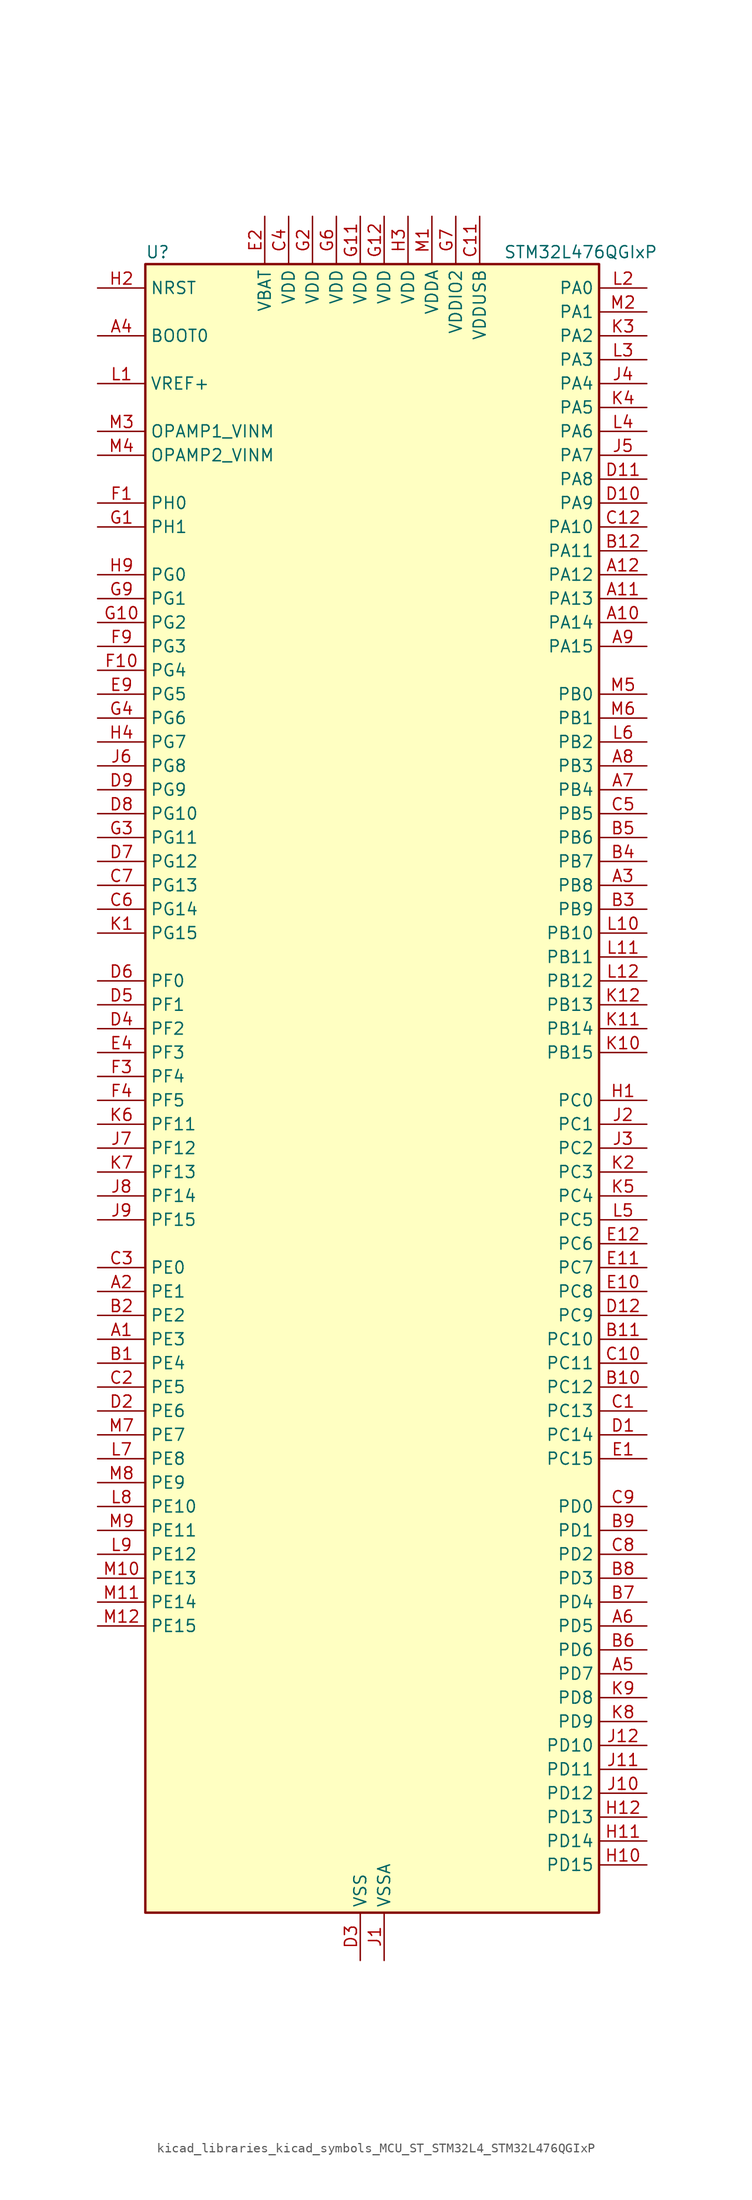
<source format=kicad_sym>
(kicad_symbol_lib
  (version 20220914)
  (generator kicad_symbol_editor)
  (symbol "kicad_libraries_kicad_symbols_MCU_ST_STM32L4_STM32L476QGIxP"
    (property "Reference" "U"
      (at -22.86 90.17 0)
      (effects (font (size 1.27 1.27)) (justify left)))
    (property "Value" "STM32L476QGIxP"
      (at 15.24 90.17 0)
      (effects (font (size 1.27 1.27)) (justify left)))
    (property "ki_locked" ""
      (at 0 0 0)
      (effects (font (size 1.27 1.27))))
    (symbol "kicad_libraries_kicad_symbols_MCU_ST_STM32L4_STM32L476QGIxP_0_1"
      (rectangle (start -22.86 -86.36) (end 25.4 88.9) (stroke (width 0.254) (type default)) (fill (type background))))
    (symbol "kicad_libraries_kicad_symbols_MCU_ST_STM32L4_STM32L476QGIxP_1_1"
      (pin bidirectional line (at -27.94 -25.4 0) (length 5.08) (name "PE3" (effects (font (size 1.27 1.27)))) (number "A1" (effects (font (size 1.27 1.27)))) (alternate "FMC_A19" bidirectional line) (alternate "LCD_SEG39" bidirectional line) (alternate "SAI1_SD_B" bidirectional line) (alternate "SYS_TRACED0" bidirectional line) (alternate "TIM3_CH1" bidirectional line) (alternate "TSC_G7_IO2" bidirectional line))
      (pin bidirectional line (at 30.48 50.8 180) (length 5.08) (name "PA14" (effects (font (size 1.27 1.27)))) (number "A10" (effects (font (size 1.27 1.27)))) (alternate "SYS_JTCK-SWCLK" bidirectional line))
      (pin bidirectional line (at 30.48 53.34 180) (length 5.08) (name "PA13" (effects (font (size 1.27 1.27)))) (number "A11" (effects (font (size 1.27 1.27)))) (alternate "IR_OUT" bidirectional line) (alternate "SYS_JTMS-SWDIO" bidirectional line) (alternate "USB_OTG_FS_NOE" bidirectional line))
      (pin bidirectional line (at 30.48 55.88 180) (length 5.08) (name "PA12" (effects (font (size 1.27 1.27)))) (number "A12" (effects (font (size 1.27 1.27)))) (alternate "CAN1_TX" bidirectional line) (alternate "TIM1_ETR" bidirectional line) (alternate "USART1_DE" bidirectional line) (alternate "USART1_RTS" bidirectional line) (alternate "USB_OTG_FS_DP" bidirectional line))
      (pin bidirectional line (at -27.94 -20.32 0) (length 5.08) (name "PE1" (effects (font (size 1.27 1.27)))) (number "A2" (effects (font (size 1.27 1.27)))) (alternate "FMC_NBL1" bidirectional line) (alternate "LCD_SEG37" bidirectional line) (alternate "TIM17_CH1" bidirectional line))
      (pin bidirectional line (at 30.48 22.86 180) (length 5.08) (name "PB8" (effects (font (size 1.27 1.27)))) (number "A3" (effects (font (size 1.27 1.27)))) (alternate "CAN1_RX" bidirectional line) (alternate "DFSDM1_DATIN6" bidirectional line) (alternate "I2C1_SCL" bidirectional line) (alternate "LCD_SEG16" bidirectional line) (alternate "SAI1_MCLK_A" bidirectional line) (alternate "SDMMC1_D4" bidirectional line) (alternate "TIM16_CH1" bidirectional line) (alternate "TIM4_CH3" bidirectional line))
      (pin input line (at -27.94 81.28 0) (length 5.08) (name "BOOT0" (effects (font (size 1.27 1.27)))) (number "A4" (effects (font (size 1.27 1.27)))))
      (pin bidirectional line (at 30.48 -60.96 180) (length 5.08) (name "PD7" (effects (font (size 1.27 1.27)))) (number "A5" (effects (font (size 1.27 1.27)))) (alternate "DFSDM1_CKIN1" bidirectional line) (alternate "FMC_NE1" bidirectional line) (alternate "USART2_CK" bidirectional line))
      (pin bidirectional line (at 30.48 -55.88 180) (length 5.08) (name "PD5" (effects (font (size 1.27 1.27)))) (number "A6" (effects (font (size 1.27 1.27)))) (alternate "FMC_NWE" bidirectional line) (alternate "USART2_TX" bidirectional line))
      (pin bidirectional line (at 30.48 33.02 180) (length 5.08) (name "PB4" (effects (font (size 1.27 1.27)))) (number "A7" (effects (font (size 1.27 1.27)))) (alternate "COMP2_INP" bidirectional line) (alternate "LCD_SEG8" bidirectional line) (alternate "SAI1_MCLK_B" bidirectional line) (alternate "SPI1_MISO" bidirectional line) (alternate "SPI3_MISO" bidirectional line) (alternate "SYS_JTRST" bidirectional line) (alternate "TIM17_BKIN" bidirectional line) (alternate "TIM3_CH1" bidirectional line) (alternate "TSC_G2_IO1" bidirectional line) (alternate "UART5_DE" bidirectional line) (alternate "UART5_RTS" bidirectional line) (alternate "USART1_CTS" bidirectional line))
      (pin bidirectional line (at 30.48 35.56 180) (length 5.08) (name "PB3" (effects (font (size 1.27 1.27)))) (number "A8" (effects (font (size 1.27 1.27)))) (alternate "COMP2_INM" bidirectional line) (alternate "LCD_SEG7" bidirectional line) (alternate "SAI1_SCK_B" bidirectional line) (alternate "SPI1_SCK" bidirectional line) (alternate "SPI3_SCK" bidirectional line) (alternate "SYS_JTDO-SWO" bidirectional line) (alternate "TIM2_CH2" bidirectional line) (alternate "USART1_DE" bidirectional line) (alternate "USART1_RTS" bidirectional line))
      (pin bidirectional line (at 30.48 48.26 180) (length 5.08) (name "PA15" (effects (font (size 1.27 1.27)))) (number "A9" (effects (font (size 1.27 1.27)))) (alternate "ADC1_EXTI15" bidirectional line) (alternate "ADC2_EXTI15" bidirectional line) (alternate "ADC3_EXTI15" bidirectional line) (alternate "LCD_SEG17" bidirectional line) (alternate "SAI2_FS_B" bidirectional line) (alternate "SPI1_NSS" bidirectional line) (alternate "SPI3_NSS" bidirectional line) (alternate "SYS_JTDI" bidirectional line) (alternate "TIM2_CH1" bidirectional line) (alternate "TIM2_ETR" bidirectional line) (alternate "TSC_G3_IO1" bidirectional line) (alternate "UART4_DE" bidirectional line) (alternate "UART4_RTS" bidirectional line))
      (pin bidirectional line (at -27.94 -27.94 0) (length 5.08) (name "PE4" (effects (font (size 1.27 1.27)))) (number "B1" (effects (font (size 1.27 1.27)))) (alternate "DFSDM1_DATIN3" bidirectional line) (alternate "FMC_A20" bidirectional line) (alternate "SAI1_FS_A" bidirectional line) (alternate "SYS_TRACED1" bidirectional line) (alternate "TIM3_CH2" bidirectional line) (alternate "TSC_G7_IO3" bidirectional line))
      (pin bidirectional line (at 30.48 -30.48 180) (length 5.08) (name "PC12" (effects (font (size 1.27 1.27)))) (number "B10" (effects (font (size 1.27 1.27)))) (alternate "LCD_COM6" bidirectional line) (alternate "LCD_SEG30" bidirectional line) (alternate "LCD_SEG42" bidirectional line) (alternate "SAI2_SD_B" bidirectional line) (alternate "SDMMC1_CK" bidirectional line) (alternate "SPI3_MOSI" bidirectional line) (alternate "TSC_G3_IO4" bidirectional line) (alternate "UART5_TX" bidirectional line) (alternate "USART3_CK" bidirectional line))
      (pin bidirectional line (at 30.48 -25.4 180) (length 5.08) (name "PC10" (effects (font (size 1.27 1.27)))) (number "B11" (effects (font (size 1.27 1.27)))) (alternate "LCD_COM4" bidirectional line) (alternate "LCD_SEG28" bidirectional line) (alternate "LCD_SEG40" bidirectional line) (alternate "SAI2_SCK_B" bidirectional line) (alternate "SDMMC1_D2" bidirectional line) (alternate "SPI3_SCK" bidirectional line) (alternate "TSC_G3_IO2" bidirectional line) (alternate "UART4_TX" bidirectional line) (alternate "USART3_TX" bidirectional line))
      (pin bidirectional line (at 30.48 58.42 180) (length 5.08) (name "PA11" (effects (font (size 1.27 1.27)))) (number "B12" (effects (font (size 1.27 1.27)))) (alternate "ADC1_EXTI11" bidirectional line) (alternate "ADC2_EXTI11" bidirectional line) (alternate "ADC3_EXTI11" bidirectional line) (alternate "CAN1_RX" bidirectional line) (alternate "TIM1_BKIN2" bidirectional line) (alternate "TIM1_BKIN2_COMP1" bidirectional line) (alternate "TIM1_CH4" bidirectional line) (alternate "USART1_CTS" bidirectional line) (alternate "USB_OTG_FS_DM" bidirectional line))
      (pin bidirectional line (at -27.94 -22.86 0) (length 5.08) (name "PE2" (effects (font (size 1.27 1.27)))) (number "B2" (effects (font (size 1.27 1.27)))) (alternate "FMC_A23" bidirectional line) (alternate "LCD_SEG38" bidirectional line) (alternate "SAI1_MCLK_A" bidirectional line) (alternate "SYS_TRACECLK" bidirectional line) (alternate "TIM3_ETR" bidirectional line) (alternate "TSC_G7_IO1" bidirectional line))
      (pin bidirectional line (at 30.48 20.32 180) (length 5.08) (name "PB9" (effects (font (size 1.27 1.27)))) (number "B3" (effects (font (size 1.27 1.27)))) (alternate "CAN1_TX" bidirectional line) (alternate "DAC1_EXTI9" bidirectional line) (alternate "DFSDM1_CKIN6" bidirectional line) (alternate "I2C1_SDA" bidirectional line) (alternate "IR_OUT" bidirectional line) (alternate "LCD_COM3" bidirectional line) (alternate "SAI1_FS_A" bidirectional line) (alternate "SDMMC1_D5" bidirectional line) (alternate "SPI2_NSS" bidirectional line) (alternate "TIM17_CH1" bidirectional line) (alternate "TIM4_CH4" bidirectional line))
      (pin bidirectional line (at 30.48 25.4 180) (length 5.08) (name "PB7" (effects (font (size 1.27 1.27)))) (number "B4" (effects (font (size 1.27 1.27)))) (alternate "COMP2_INM" bidirectional line) (alternate "DFSDM1_CKIN5" bidirectional line) (alternate "FMC_NL" bidirectional line) (alternate "I2C1_SDA" bidirectional line) (alternate "LCD_SEG21" bidirectional line) (alternate "LPTIM1_IN2" bidirectional line) (alternate "SYS_PVD_IN" bidirectional line) (alternate "TIM17_CH1N" bidirectional line) (alternate "TIM4_CH2" bidirectional line) (alternate "TIM8_BKIN" bidirectional line) (alternate "TIM8_BKIN_COMP1" bidirectional line) (alternate "TSC_G2_IO4" bidirectional line) (alternate "UART4_CTS" bidirectional line) (alternate "USART1_RX" bidirectional line))
      (pin bidirectional line (at 30.48 27.94 180) (length 5.08) (name "PB6" (effects (font (size 1.27 1.27)))) (number "B5" (effects (font (size 1.27 1.27)))) (alternate "COMP2_INP" bidirectional line) (alternate "DFSDM1_DATIN5" bidirectional line) (alternate "I2C1_SCL" bidirectional line) (alternate "LPTIM1_ETR" bidirectional line) (alternate "SAI1_FS_B" bidirectional line) (alternate "TIM16_CH1N" bidirectional line) (alternate "TIM4_CH1" bidirectional line) (alternate "TIM8_BKIN2" bidirectional line) (alternate "TIM8_BKIN2_COMP2" bidirectional line) (alternate "TSC_G2_IO3" bidirectional line) (alternate "USART1_TX" bidirectional line))
      (pin bidirectional line (at 30.48 -58.42 180) (length 5.08) (name "PD6" (effects (font (size 1.27 1.27)))) (number "B6" (effects (font (size 1.27 1.27)))) (alternate "DFSDM1_DATIN1" bidirectional line) (alternate "FMC_NWAIT" bidirectional line) (alternate "SAI1_SD_A" bidirectional line) (alternate "USART2_RX" bidirectional line))
      (pin bidirectional line (at 30.48 -53.34 180) (length 5.08) (name "PD4" (effects (font (size 1.27 1.27)))) (number "B7" (effects (font (size 1.27 1.27)))) (alternate "DFSDM1_CKIN0" bidirectional line) (alternate "FMC_NOE" bidirectional line) (alternate "SPI2_MOSI" bidirectional line) (alternate "USART2_DE" bidirectional line) (alternate "USART2_RTS" bidirectional line))
      (pin bidirectional line (at 30.48 -50.8 180) (length 5.08) (name "PD3" (effects (font (size 1.27 1.27)))) (number "B8" (effects (font (size 1.27 1.27)))) (alternate "DFSDM1_DATIN0" bidirectional line) (alternate "FMC_CLK" bidirectional line) (alternate "SPI2_MISO" bidirectional line) (alternate "USART2_CTS" bidirectional line))
      (pin bidirectional line (at 30.48 -45.72 180) (length 5.08) (name "PD1" (effects (font (size 1.27 1.27)))) (number "B9" (effects (font (size 1.27 1.27)))) (alternate "CAN1_TX" bidirectional line) (alternate "DFSDM1_CKIN7" bidirectional line) (alternate "FMC_D3" bidirectional line) (alternate "FMC_DA3" bidirectional line) (alternate "SPI2_SCK" bidirectional line))
      (pin bidirectional line (at 30.48 -33.02 180) (length 5.08) (name "PC13" (effects (font (size 1.27 1.27)))) (number "C1" (effects (font (size 1.27 1.27)))) (alternate "RTC_OUT_ALARM" bidirectional line) (alternate "RTC_OUT_CALIB" bidirectional line) (alternate "RTC_TAMP1" bidirectional line) (alternate "RTC_TS" bidirectional line) (alternate "SYS_WKUP2" bidirectional line))
      (pin bidirectional line (at 30.48 -27.94 180) (length 5.08) (name "PC11" (effects (font (size 1.27 1.27)))) (number "C10" (effects (font (size 1.27 1.27)))) (alternate "ADC1_EXTI11" bidirectional line) (alternate "ADC2_EXTI11" bidirectional line) (alternate "ADC3_EXTI11" bidirectional line) (alternate "LCD_COM5" bidirectional line) (alternate "LCD_SEG29" bidirectional line) (alternate "LCD_SEG41" bidirectional line) (alternate "SAI2_MCLK_B" bidirectional line) (alternate "SDMMC1_D3" bidirectional line) (alternate "SPI3_MISO" bidirectional line) (alternate "TSC_G3_IO3" bidirectional line) (alternate "UART4_RX" bidirectional line) (alternate "USART3_RX" bidirectional line))
      (pin power_in line (at 12.7 93.98 270) (length 5.08) (name "VDDUSB" (effects (font (size 1.27 1.27)))) (number "C11" (effects (font (size 1.27 1.27)))))
      (pin bidirectional line (at 30.48 60.96 180) (length 5.08) (name "PA10" (effects (font (size 1.27 1.27)))) (number "C12" (effects (font (size 1.27 1.27)))) (alternate "LCD_COM2" bidirectional line) (alternate "TIM17_BKIN" bidirectional line) (alternate "TIM1_CH3" bidirectional line) (alternate "USART1_RX" bidirectional line) (alternate "USB_OTG_FS_ID" bidirectional line))
      (pin bidirectional line (at -27.94 -30.48 0) (length 5.08) (name "PE5" (effects (font (size 1.27 1.27)))) (number "C2" (effects (font (size 1.27 1.27)))) (alternate "DFSDM1_CKIN3" bidirectional line) (alternate "FMC_A21" bidirectional line) (alternate "SAI1_SCK_A" bidirectional line) (alternate "SYS_TRACED2" bidirectional line) (alternate "TIM3_CH3" bidirectional line) (alternate "TSC_G7_IO4" bidirectional line))
      (pin bidirectional line (at -27.94 -17.78 0) (length 5.08) (name "PE0" (effects (font (size 1.27 1.27)))) (number "C3" (effects (font (size 1.27 1.27)))) (alternate "FMC_NBL0" bidirectional line) (alternate "LCD_SEG36" bidirectional line) (alternate "TIM16_CH1" bidirectional line) (alternate "TIM4_ETR" bidirectional line))
      (pin power_in line (at -7.62 93.98 270) (length 5.08) (name "VDD" (effects (font (size 1.27 1.27)))) (number "C4" (effects (font (size 1.27 1.27)))))
      (pin bidirectional line (at 30.48 30.48 180) (length 5.08) (name "PB5" (effects (font (size 1.27 1.27)))) (number "C5" (effects (font (size 1.27 1.27)))) (alternate "COMP2_OUT" bidirectional line) (alternate "I2C1_SMBA" bidirectional line) (alternate "LCD_SEG9" bidirectional line) (alternate "LPTIM1_IN1" bidirectional line) (alternate "SAI1_SD_B" bidirectional line) (alternate "SPI1_MOSI" bidirectional line) (alternate "SPI3_MOSI" bidirectional line) (alternate "TIM16_BKIN" bidirectional line) (alternate "TIM3_CH2" bidirectional line) (alternate "TSC_G2_IO2" bidirectional line) (alternate "UART5_CTS" bidirectional line) (alternate "USART1_CK" bidirectional line))
      (pin bidirectional line (at -27.94 20.32 0) (length 5.08) (name "PG14" (effects (font (size 1.27 1.27)))) (number "C6" (effects (font (size 1.27 1.27)))) (alternate "FMC_A25" bidirectional line) (alternate "I2C1_SCL" bidirectional line))
      (pin bidirectional line (at -27.94 22.86 0) (length 5.08) (name "PG13" (effects (font (size 1.27 1.27)))) (number "C7" (effects (font (size 1.27 1.27)))) (alternate "FMC_A24" bidirectional line) (alternate "I2C1_SDA" bidirectional line) (alternate "USART1_CK" bidirectional line))
      (pin bidirectional line (at 30.48 -48.26 180) (length 5.08) (name "PD2" (effects (font (size 1.27 1.27)))) (number "C8" (effects (font (size 1.27 1.27)))) (alternate "LCD_COM7" bidirectional line) (alternate "LCD_SEG31" bidirectional line) (alternate "LCD_SEG43" bidirectional line) (alternate "SDMMC1_CMD" bidirectional line) (alternate "TIM3_ETR" bidirectional line) (alternate "TSC_SYNC" bidirectional line) (alternate "UART5_RX" bidirectional line) (alternate "USART3_DE" bidirectional line) (alternate "USART3_RTS" bidirectional line))
      (pin bidirectional line (at 30.48 -43.18 180) (length 5.08) (name "PD0" (effects (font (size 1.27 1.27)))) (number "C9" (effects (font (size 1.27 1.27)))) (alternate "CAN1_RX" bidirectional line) (alternate "DFSDM1_DATIN7" bidirectional line) (alternate "FMC_D2" bidirectional line) (alternate "FMC_DA2" bidirectional line) (alternate "SPI2_NSS" bidirectional line))
      (pin bidirectional line (at 30.48 -35.56 180) (length 5.08) (name "PC14" (effects (font (size 1.27 1.27)))) (number "D1" (effects (font (size 1.27 1.27)))) (alternate "RCC_OSC32_IN" bidirectional line))
      (pin bidirectional line (at 30.48 63.5 180) (length 5.08) (name "PA9" (effects (font (size 1.27 1.27)))) (number "D10" (effects (font (size 1.27 1.27)))) (alternate "DAC1_EXTI9" bidirectional line) (alternate "LCD_COM1" bidirectional line) (alternate "TIM15_BKIN" bidirectional line) (alternate "TIM1_CH2" bidirectional line) (alternate "USART1_TX" bidirectional line) (alternate "USB_OTG_FS_VBUS" bidirectional line))
      (pin bidirectional line (at 30.48 66.04 180) (length 5.08) (name "PA8" (effects (font (size 1.27 1.27)))) (number "D11" (effects (font (size 1.27 1.27)))) (alternate "LCD_COM0" bidirectional line) (alternate "LPTIM2_OUT" bidirectional line) (alternate "RCC_MCO" bidirectional line) (alternate "TIM1_CH1" bidirectional line) (alternate "USART1_CK" bidirectional line) (alternate "USB_OTG_FS_SOF" bidirectional line))
      (pin bidirectional line (at 30.48 -22.86 180) (length 5.08) (name "PC9" (effects (font (size 1.27 1.27)))) (number "D12" (effects (font (size 1.27 1.27)))) (alternate "DAC1_EXTI9" bidirectional line) (alternate "LCD_SEG27" bidirectional line) (alternate "SAI2_EXTCLK" bidirectional line) (alternate "SDMMC1_D1" bidirectional line) (alternate "TIM3_CH4" bidirectional line) (alternate "TIM8_BKIN2" bidirectional line) (alternate "TIM8_BKIN2_COMP1" bidirectional line) (alternate "TIM8_CH4" bidirectional line) (alternate "TSC_G4_IO4" bidirectional line) (alternate "USB_OTG_FS_NOE" bidirectional line))
      (pin bidirectional line (at -27.94 -33.02 0) (length 5.08) (name "PE6" (effects (font (size 1.27 1.27)))) (number "D2" (effects (font (size 1.27 1.27)))) (alternate "FMC_A22" bidirectional line) (alternate "RTC_TAMP3" bidirectional line) (alternate "SAI1_SD_A" bidirectional line) (alternate "SYS_TRACED3" bidirectional line) (alternate "SYS_WKUP3" bidirectional line) (alternate "TIM3_CH4" bidirectional line))
      (pin power_in line (at 0 -91.44 90) (length 5.08) (name "VSS" (effects (font (size 1.27 1.27)))) (number "D3" (effects (font (size 1.27 1.27)))))
      (pin bidirectional line (at -27.94 7.62 0) (length 5.08) (name "PF2" (effects (font (size 1.27 1.27)))) (number "D4" (effects (font (size 1.27 1.27)))) (alternate "FMC_A2" bidirectional line) (alternate "I2C2_SMBA" bidirectional line))
      (pin bidirectional line (at -27.94 10.16 0) (length 5.08) (name "PF1" (effects (font (size 1.27 1.27)))) (number "D5" (effects (font (size 1.27 1.27)))) (alternate "FMC_A1" bidirectional line) (alternate "I2C2_SCL" bidirectional line))
      (pin bidirectional line (at -27.94 12.7 0) (length 5.08) (name "PF0" (effects (font (size 1.27 1.27)))) (number "D6" (effects (font (size 1.27 1.27)))) (alternate "FMC_A0" bidirectional line) (alternate "I2C2_SDA" bidirectional line))
      (pin bidirectional line (at -27.94 25.4 0) (length 5.08) (name "PG12" (effects (font (size 1.27 1.27)))) (number "D7" (effects (font (size 1.27 1.27)))) (alternate "FMC_NE4" bidirectional line) (alternate "LPTIM1_ETR" bidirectional line) (alternate "SAI2_SD_A" bidirectional line) (alternate "SPI3_NSS" bidirectional line) (alternate "USART1_DE" bidirectional line) (alternate "USART1_RTS" bidirectional line))
      (pin bidirectional line (at -27.94 30.48 0) (length 5.08) (name "PG10" (effects (font (size 1.27 1.27)))) (number "D8" (effects (font (size 1.27 1.27)))) (alternate "FMC_NE3" bidirectional line) (alternate "LPTIM1_IN1" bidirectional line) (alternate "SAI2_FS_A" bidirectional line) (alternate "SPI3_MISO" bidirectional line) (alternate "TIM15_CH1" bidirectional line) (alternate "USART1_RX" bidirectional line))
      (pin bidirectional line (at -27.94 33.02 0) (length 5.08) (name "PG9" (effects (font (size 1.27 1.27)))) (number "D9" (effects (font (size 1.27 1.27)))) (alternate "DAC1_EXTI9" bidirectional line) (alternate "FMC_NCE3" bidirectional line) (alternate "FMC_NE2" bidirectional line) (alternate "SAI2_SCK_A" bidirectional line) (alternate "SPI3_SCK" bidirectional line) (alternate "TIM15_CH1N" bidirectional line) (alternate "USART1_TX" bidirectional line))
      (pin bidirectional line (at 30.48 -38.1 180) (length 5.08) (name "PC15" (effects (font (size 1.27 1.27)))) (number "E1" (effects (font (size 1.27 1.27)))) (alternate "ADC1_EXTI15" bidirectional line) (alternate "ADC2_EXTI15" bidirectional line) (alternate "ADC3_EXTI15" bidirectional line) (alternate "RCC_OSC32_OUT" bidirectional line))
      (pin bidirectional line (at 30.48 -20.32 180) (length 5.08) (name "PC8" (effects (font (size 1.27 1.27)))) (number "E10" (effects (font (size 1.27 1.27)))) (alternate "LCD_SEG26" bidirectional line) (alternate "SDMMC1_D0" bidirectional line) (alternate "TIM3_CH3" bidirectional line) (alternate "TIM8_CH3" bidirectional line) (alternate "TSC_G4_IO3" bidirectional line))
      (pin bidirectional line (at 30.48 -17.78 180) (length 5.08) (name "PC7" (effects (font (size 1.27 1.27)))) (number "E11" (effects (font (size 1.27 1.27)))) (alternate "DFSDM1_DATIN3" bidirectional line) (alternate "LCD_SEG25" bidirectional line) (alternate "SAI2_MCLK_B" bidirectional line) (alternate "SDMMC1_D7" bidirectional line) (alternate "TIM3_CH2" bidirectional line) (alternate "TIM8_CH2" bidirectional line) (alternate "TSC_G4_IO2" bidirectional line))
      (pin bidirectional line (at 30.48 -15.24 180) (length 5.08) (name "PC6" (effects (font (size 1.27 1.27)))) (number "E12" (effects (font (size 1.27 1.27)))) (alternate "DFSDM1_CKIN3" bidirectional line) (alternate "LCD_SEG24" bidirectional line) (alternate "SAI2_MCLK_A" bidirectional line) (alternate "SDMMC1_D6" bidirectional line) (alternate "TIM3_CH1" bidirectional line) (alternate "TIM8_CH1" bidirectional line) (alternate "TSC_G4_IO1" bidirectional line))
      (pin power_in line (at -10.16 93.98 270) (length 5.08) (name "VBAT" (effects (font (size 1.27 1.27)))) (number "E2" (effects (font (size 1.27 1.27)))))
      (pin passive line (at 0 -91.44 90) (length 5.08) hide (name "VSS" (effects (font (size 1.27 1.27)))) (number "E3" (effects (font (size 1.27 1.27)))))
      (pin bidirectional line (at -27.94 5.08 0) (length 5.08) (name "PF3" (effects (font (size 1.27 1.27)))) (number "E4" (effects (font (size 1.27 1.27)))) (alternate "ADC3_IN6" bidirectional line) (alternate "FMC_A3" bidirectional line))
      (pin bidirectional line (at -27.94 43.18 0) (length 5.08) (name "PG5" (effects (font (size 1.27 1.27)))) (number "E9" (effects (font (size 1.27 1.27)))) (alternate "FMC_A15" bidirectional line) (alternate "LPUART1_CTS" bidirectional line) (alternate "SAI2_SD_B" bidirectional line) (alternate "SPI1_NSS" bidirectional line))
      (pin bidirectional line (at -27.94 63.5 0) (length 5.08) (name "PH0" (effects (font (size 1.27 1.27)))) (number "F1" (effects (font (size 1.27 1.27)))) (alternate "RCC_OSC_IN" bidirectional line))
      (pin bidirectional line (at -27.94 45.72 0) (length 5.08) (name "PG4" (effects (font (size 1.27 1.27)))) (number "F10" (effects (font (size 1.27 1.27)))) (alternate "FMC_A14" bidirectional line) (alternate "SAI2_MCLK_B" bidirectional line) (alternate "SPI1_MOSI" bidirectional line))
      (pin passive line (at 0 -91.44 90) (length 5.08) hide (name "VSS" (effects (font (size 1.27 1.27)))) (number "F11" (effects (font (size 1.27 1.27)))))
      (pin passive line (at 0 -91.44 90) (length 5.08) hide (name "VSS" (effects (font (size 1.27 1.27)))) (number "F12" (effects (font (size 1.27 1.27)))))
      (pin passive line (at 0 -91.44 90) (length 5.08) hide (name "VSS" (effects (font (size 1.27 1.27)))) (number "F2" (effects (font (size 1.27 1.27)))))
      (pin bidirectional line (at -27.94 2.54 0) (length 5.08) (name "PF4" (effects (font (size 1.27 1.27)))) (number "F3" (effects (font (size 1.27 1.27)))) (alternate "ADC3_IN7" bidirectional line) (alternate "FMC_A4" bidirectional line))
      (pin bidirectional line (at -27.94 0 0) (length 5.08) (name "PF5" (effects (font (size 1.27 1.27)))) (number "F4" (effects (font (size 1.27 1.27)))) (alternate "ADC3_IN8" bidirectional line) (alternate "FMC_A5" bidirectional line))
      (pin passive line (at 0 -91.44 90) (length 5.08) hide (name "VSS" (effects (font (size 1.27 1.27)))) (number "F6" (effects (font (size 1.27 1.27)))))
      (pin passive line (at 0 -91.44 90) (length 5.08) hide (name "VSS" (effects (font (size 1.27 1.27)))) (number "F7" (effects (font (size 1.27 1.27)))))
      (pin bidirectional line (at -27.94 48.26 0) (length 5.08) (name "PG3" (effects (font (size 1.27 1.27)))) (number "F9" (effects (font (size 1.27 1.27)))) (alternate "FMC_A13" bidirectional line) (alternate "SAI2_FS_B" bidirectional line) (alternate "SPI1_MISO" bidirectional line))
      (pin bidirectional line (at -27.94 60.96 0) (length 5.08) (name "PH1" (effects (font (size 1.27 1.27)))) (number "G1" (effects (font (size 1.27 1.27)))) (alternate "RCC_OSC_OUT" bidirectional line))
      (pin bidirectional line (at -27.94 50.8 0) (length 5.08) (name "PG2" (effects (font (size 1.27 1.27)))) (number "G10" (effects (font (size 1.27 1.27)))) (alternate "FMC_A12" bidirectional line) (alternate "SAI2_SCK_B" bidirectional line) (alternate "SPI1_SCK" bidirectional line))
      (pin power_in line (at 0 93.98 270) (length 5.08) (name "VDD" (effects (font (size 1.27 1.27)))) (number "G11" (effects (font (size 1.27 1.27)))))
      (pin power_in line (at 2.54 93.98 270) (length 5.08) (name "VDD" (effects (font (size 1.27 1.27)))) (number "G12" (effects (font (size 1.27 1.27)))))
      (pin power_in line (at -5.08 93.98 270) (length 5.08) (name "VDD" (effects (font (size 1.27 1.27)))) (number "G2" (effects (font (size 1.27 1.27)))))
      (pin bidirectional line (at -27.94 27.94 0) (length 5.08) (name "PG11" (effects (font (size 1.27 1.27)))) (number "G3" (effects (font (size 1.27 1.27)))) (alternate "ADC1_EXTI11" bidirectional line) (alternate "ADC2_EXTI11" bidirectional line) (alternate "ADC3_EXTI11" bidirectional line) (alternate "LPTIM1_IN2" bidirectional line) (alternate "SAI2_MCLK_A" bidirectional line) (alternate "SPI3_MOSI" bidirectional line) (alternate "TIM15_CH2" bidirectional line) (alternate "USART1_CTS" bidirectional line))
      (pin bidirectional line (at -27.94 40.64 0) (length 5.08) (name "PG6" (effects (font (size 1.27 1.27)))) (number "G4" (effects (font (size 1.27 1.27)))) (alternate "I2C3_SMBA" bidirectional line) (alternate "LPUART1_DE" bidirectional line) (alternate "LPUART1_RTS" bidirectional line))
      (pin power_in line (at -2.54 93.98 270) (length 5.08) (name "VDD" (effects (font (size 1.27 1.27)))) (number "G6" (effects (font (size 1.27 1.27)))))
      (pin power_in line (at 10.16 93.98 270) (length 5.08) (name "VDDIO2" (effects (font (size 1.27 1.27)))) (number "G7" (effects (font (size 1.27 1.27)))))
      (pin bidirectional line (at -27.94 53.34 0) (length 5.08) (name "PG1" (effects (font (size 1.27 1.27)))) (number "G9" (effects (font (size 1.27 1.27)))) (alternate "FMC_A11" bidirectional line) (alternate "TSC_G8_IO4" bidirectional line))
      (pin bidirectional line (at 30.48 0 180) (length 5.08) (name "PC0" (effects (font (size 1.27 1.27)))) (number "H1" (effects (font (size 1.27 1.27)))) (alternate "ADC1_IN1" bidirectional line) (alternate "ADC2_IN1" bidirectional line) (alternate "ADC3_IN1" bidirectional line) (alternate "DFSDM1_DATIN4" bidirectional line) (alternate "I2C3_SCL" bidirectional line) (alternate "LCD_SEG18" bidirectional line) (alternate "LPTIM1_IN1" bidirectional line) (alternate "LPTIM2_IN1" bidirectional line) (alternate "LPUART1_RX" bidirectional line))
      (pin bidirectional line (at 30.48 -81.28 180) (length 5.08) (name "PD15" (effects (font (size 1.27 1.27)))) (number "H10" (effects (font (size 1.27 1.27)))) (alternate "ADC1_EXTI15" bidirectional line) (alternate "ADC2_EXTI15" bidirectional line) (alternate "ADC3_EXTI15" bidirectional line) (alternate "FMC_D1" bidirectional line) (alternate "FMC_DA1" bidirectional line) (alternate "LCD_SEG35" bidirectional line) (alternate "TIM4_CH4" bidirectional line))
      (pin bidirectional line (at 30.48 -78.74 180) (length 5.08) (name "PD14" (effects (font (size 1.27 1.27)))) (number "H11" (effects (font (size 1.27 1.27)))) (alternate "FMC_D0" bidirectional line) (alternate "FMC_DA0" bidirectional line) (alternate "LCD_SEG34" bidirectional line) (alternate "TIM4_CH3" bidirectional line))
      (pin bidirectional line (at 30.48 -76.2 180) (length 5.08) (name "PD13" (effects (font (size 1.27 1.27)))) (number "H12" (effects (font (size 1.27 1.27)))) (alternate "FMC_A18" bidirectional line) (alternate "LCD_SEG33" bidirectional line) (alternate "LPTIM2_OUT" bidirectional line) (alternate "TIM4_CH2" bidirectional line) (alternate "TSC_G6_IO4" bidirectional line))
      (pin input line (at -27.94 86.36 0) (length 5.08) (name "NRST" (effects (font (size 1.27 1.27)))) (number "H2" (effects (font (size 1.27 1.27)))))
      (pin power_in line (at 5.08 93.98 270) (length 5.08) (name "VDD" (effects (font (size 1.27 1.27)))) (number "H3" (effects (font (size 1.27 1.27)))))
      (pin bidirectional line (at -27.94 38.1 0) (length 5.08) (name "PG7" (effects (font (size 1.27 1.27)))) (number "H4" (effects (font (size 1.27 1.27)))) (alternate "FMC_INT3" bidirectional line) (alternate "I2C3_SCL" bidirectional line) (alternate "LPUART1_TX" bidirectional line))
      (pin bidirectional line (at -27.94 55.88 0) (length 5.08) (name "PG0" (effects (font (size 1.27 1.27)))) (number "H9" (effects (font (size 1.27 1.27)))) (alternate "FMC_A10" bidirectional line) (alternate "TSC_G8_IO3" bidirectional line))
      (pin power_in line (at 2.54 -91.44 90) (length 5.08) (name "VSSA" (effects (font (size 1.27 1.27)))) (number "J1" (effects (font (size 1.27 1.27)))))
      (pin bidirectional line (at 30.48 -73.66 180) (length 5.08) (name "PD12" (effects (font (size 1.27 1.27)))) (number "J10" (effects (font (size 1.27 1.27)))) (alternate "FMC_A17" bidirectional line) (alternate "FMC_ALE" bidirectional line) (alternate "LCD_SEG32" bidirectional line) (alternate "LPTIM2_IN1" bidirectional line) (alternate "SAI2_FS_A" bidirectional line) (alternate "TIM4_CH1" bidirectional line) (alternate "TSC_G6_IO3" bidirectional line) (alternate "USART3_DE" bidirectional line) (alternate "USART3_RTS" bidirectional line))
      (pin bidirectional line (at 30.48 -71.12 180) (length 5.08) (name "PD11" (effects (font (size 1.27 1.27)))) (number "J11" (effects (font (size 1.27 1.27)))) (alternate "ADC1_EXTI11" bidirectional line) (alternate "ADC2_EXTI11" bidirectional line) (alternate "ADC3_EXTI11" bidirectional line) (alternate "FMC_A16" bidirectional line) (alternate "FMC_CLE" bidirectional line) (alternate "LCD_SEG31" bidirectional line) (alternate "LPTIM2_ETR" bidirectional line) (alternate "SAI2_SD_A" bidirectional line) (alternate "TSC_G6_IO2" bidirectional line) (alternate "USART3_CTS" bidirectional line))
      (pin bidirectional line (at 30.48 -68.58 180) (length 5.08) (name "PD10" (effects (font (size 1.27 1.27)))) (number "J12" (effects (font (size 1.27 1.27)))) (alternate "FMC_D15" bidirectional line) (alternate "FMC_DA15" bidirectional line) (alternate "LCD_SEG30" bidirectional line) (alternate "SAI2_SCK_A" bidirectional line) (alternate "TSC_G6_IO1" bidirectional line) (alternate "USART3_CK" bidirectional line))
      (pin bidirectional line (at 30.48 -2.54 180) (length 5.08) (name "PC1" (effects (font (size 1.27 1.27)))) (number "J2" (effects (font (size 1.27 1.27)))) (alternate "ADC1_IN2" bidirectional line) (alternate "ADC2_IN2" bidirectional line) (alternate "ADC3_IN2" bidirectional line) (alternate "DFSDM1_CKIN4" bidirectional line) (alternate "I2C3_SDA" bidirectional line) (alternate "LCD_SEG19" bidirectional line) (alternate "LPTIM1_OUT" bidirectional line) (alternate "LPUART1_TX" bidirectional line))
      (pin bidirectional line (at 30.48 -5.08 180) (length 5.08) (name "PC2" (effects (font (size 1.27 1.27)))) (number "J3" (effects (font (size 1.27 1.27)))) (alternate "ADC1_IN3" bidirectional line) (alternate "ADC2_IN3" bidirectional line) (alternate "ADC3_IN3" bidirectional line) (alternate "DFSDM1_CKOUT" bidirectional line) (alternate "LCD_SEG20" bidirectional line) (alternate "LPTIM1_IN2" bidirectional line) (alternate "SPI2_MISO" bidirectional line))
      (pin bidirectional line (at 30.48 76.2 180) (length 5.08) (name "PA4" (effects (font (size 1.27 1.27)))) (number "J4" (effects (font (size 1.27 1.27)))) (alternate "ADC1_IN9" bidirectional line) (alternate "ADC2_IN9" bidirectional line) (alternate "DAC1_OUT1" bidirectional line) (alternate "LPTIM2_OUT" bidirectional line) (alternate "SAI1_FS_B" bidirectional line) (alternate "SPI1_NSS" bidirectional line) (alternate "SPI3_NSS" bidirectional line) (alternate "USART2_CK" bidirectional line))
      (pin bidirectional line (at 30.48 68.58 180) (length 5.08) (name "PA7" (effects (font (size 1.27 1.27)))) (number "J5" (effects (font (size 1.27 1.27)))) (alternate "ADC1_IN12" bidirectional line) (alternate "ADC2_IN12" bidirectional line) (alternate "LCD_SEG4" bidirectional line) (alternate "OPAMP2_VINM" bidirectional line) (alternate "QUADSPI_BK1_IO2" bidirectional line) (alternate "SPI1_MOSI" bidirectional line) (alternate "TIM17_CH1" bidirectional line) (alternate "TIM1_CH1N" bidirectional line) (alternate "TIM3_CH2" bidirectional line) (alternate "TIM8_CH1N" bidirectional line))
      (pin bidirectional line (at -27.94 35.56 0) (length 5.08) (name "PG8" (effects (font (size 1.27 1.27)))) (number "J6" (effects (font (size 1.27 1.27)))) (alternate "I2C3_SDA" bidirectional line) (alternate "LPUART1_RX" bidirectional line))
      (pin bidirectional line (at -27.94 -5.08 0) (length 5.08) (name "PF12" (effects (font (size 1.27 1.27)))) (number "J7" (effects (font (size 1.27 1.27)))) (alternate "FMC_A6" bidirectional line))
      (pin bidirectional line (at -27.94 -10.16 0) (length 5.08) (name "PF14" (effects (font (size 1.27 1.27)))) (number "J8" (effects (font (size 1.27 1.27)))) (alternate "DFSDM1_CKIN6" bidirectional line) (alternate "FMC_A8" bidirectional line) (alternate "TSC_G8_IO1" bidirectional line))
      (pin bidirectional line (at -27.94 -12.7 0) (length 5.08) (name "PF15" (effects (font (size 1.27 1.27)))) (number "J9" (effects (font (size 1.27 1.27)))) (alternate "ADC1_EXTI15" bidirectional line) (alternate "ADC2_EXTI15" bidirectional line) (alternate "ADC3_EXTI15" bidirectional line) (alternate "FMC_A9" bidirectional line) (alternate "TSC_G8_IO2" bidirectional line))
      (pin bidirectional line (at -27.94 17.78 0) (length 5.08) (name "PG15" (effects (font (size 1.27 1.27)))) (number "K1" (effects (font (size 1.27 1.27)))) (alternate "ADC1_EXTI15" bidirectional line) (alternate "ADC2_EXTI15" bidirectional line) (alternate "ADC3_EXTI15" bidirectional line) (alternate "I2C1_SMBA" bidirectional line) (alternate "LPTIM1_OUT" bidirectional line))
      (pin bidirectional line (at 30.48 5.08 180) (length 5.08) (name "PB15" (effects (font (size 1.27 1.27)))) (number "K10" (effects (font (size 1.27 1.27)))) (alternate "ADC1_EXTI15" bidirectional line) (alternate "ADC2_EXTI15" bidirectional line) (alternate "ADC3_EXTI15" bidirectional line) (alternate "DFSDM1_CKIN2" bidirectional line) (alternate "LCD_SEG15" bidirectional line) (alternate "RTC_REFIN" bidirectional line) (alternate "SAI2_SD_A" bidirectional line) (alternate "SPI2_MOSI" bidirectional line) (alternate "SWPMI1_SUSPEND" bidirectional line) (alternate "TIM15_CH2" bidirectional line) (alternate "TIM1_CH3N" bidirectional line) (alternate "TIM8_CH3N" bidirectional line) (alternate "TSC_G1_IO4" bidirectional line))
      (pin bidirectional line (at 30.48 7.62 180) (length 5.08) (name "PB14" (effects (font (size 1.27 1.27)))) (number "K11" (effects (font (size 1.27 1.27)))) (alternate "DFSDM1_DATIN2" bidirectional line) (alternate "I2C2_SDA" bidirectional line) (alternate "LCD_SEG14" bidirectional line) (alternate "SAI2_MCLK_A" bidirectional line) (alternate "SPI2_MISO" bidirectional line) (alternate "SWPMI1_RX" bidirectional line) (alternate "TIM15_CH1" bidirectional line) (alternate "TIM1_CH2N" bidirectional line) (alternate "TIM8_CH2N" bidirectional line) (alternate "TSC_G1_IO3" bidirectional line) (alternate "USART3_DE" bidirectional line) (alternate "USART3_RTS" bidirectional line))
      (pin bidirectional line (at 30.48 10.16 180) (length 5.08) (name "PB13" (effects (font (size 1.27 1.27)))) (number "K12" (effects (font (size 1.27 1.27)))) (alternate "DFSDM1_CKIN1" bidirectional line) (alternate "I2C2_SCL" bidirectional line) (alternate "LCD_SEG13" bidirectional line) (alternate "LPUART1_CTS" bidirectional line) (alternate "SAI2_SCK_A" bidirectional line) (alternate "SPI2_SCK" bidirectional line) (alternate "SWPMI1_TX" bidirectional line) (alternate "TIM15_CH1N" bidirectional line) (alternate "TIM1_CH1N" bidirectional line) (alternate "TSC_G1_IO2" bidirectional line) (alternate "USART3_CTS" bidirectional line))
      (pin bidirectional line (at 30.48 -7.62 180) (length 5.08) (name "PC3" (effects (font (size 1.27 1.27)))) (number "K2" (effects (font (size 1.27 1.27)))) (alternate "ADC1_IN4" bidirectional line) (alternate "ADC2_IN4" bidirectional line) (alternate "ADC3_IN4" bidirectional line) (alternate "LCD_VLCD" bidirectional line) (alternate "LPTIM1_ETR" bidirectional line) (alternate "LPTIM2_ETR" bidirectional line) (alternate "SAI1_SD_A" bidirectional line) (alternate "SPI2_MOSI" bidirectional line))
      (pin bidirectional line (at 30.48 81.28 180) (length 5.08) (name "PA2" (effects (font (size 1.27 1.27)))) (number "K3" (effects (font (size 1.27 1.27)))) (alternate "ADC1_IN7" bidirectional line) (alternate "ADC2_IN7" bidirectional line) (alternate "LCD_SEG1" bidirectional line) (alternate "RCC_LSCO" bidirectional line) (alternate "SAI2_EXTCLK" bidirectional line) (alternate "SYS_WKUP4" bidirectional line) (alternate "TIM15_CH1" bidirectional line) (alternate "TIM2_CH3" bidirectional line) (alternate "TIM5_CH3" bidirectional line) (alternate "USART2_TX" bidirectional line))
      (pin bidirectional line (at 30.48 73.66 180) (length 5.08) (name "PA5" (effects (font (size 1.27 1.27)))) (number "K4" (effects (font (size 1.27 1.27)))) (alternate "ADC1_IN10" bidirectional line) (alternate "ADC2_IN10" bidirectional line) (alternate "DAC1_OUT2" bidirectional line) (alternate "LPTIM2_ETR" bidirectional line) (alternate "SPI1_SCK" bidirectional line) (alternate "TIM2_CH1" bidirectional line) (alternate "TIM2_ETR" bidirectional line) (alternate "TIM8_CH1N" bidirectional line))
      (pin bidirectional line (at 30.48 -10.16 180) (length 5.08) (name "PC4" (effects (font (size 1.27 1.27)))) (number "K5" (effects (font (size 1.27 1.27)))) (alternate "ADC1_IN13" bidirectional line) (alternate "ADC2_IN13" bidirectional line) (alternate "COMP1_INM" bidirectional line) (alternate "LCD_SEG22" bidirectional line) (alternate "USART3_TX" bidirectional line))
      (pin bidirectional line (at -27.94 -2.54 0) (length 5.08) (name "PF11" (effects (font (size 1.27 1.27)))) (number "K6" (effects (font (size 1.27 1.27)))) (alternate "ADC1_EXTI11" bidirectional line) (alternate "ADC2_EXTI11" bidirectional line) (alternate "ADC3_EXTI11" bidirectional line))
      (pin bidirectional line (at -27.94 -7.62 0) (length 5.08) (name "PF13" (effects (font (size 1.27 1.27)))) (number "K7" (effects (font (size 1.27 1.27)))) (alternate "DFSDM1_DATIN6" bidirectional line) (alternate "FMC_A7" bidirectional line))
      (pin bidirectional line (at 30.48 -66.04 180) (length 5.08) (name "PD9" (effects (font (size 1.27 1.27)))) (number "K8" (effects (font (size 1.27 1.27)))) (alternate "DAC1_EXTI9" bidirectional line) (alternate "FMC_D14" bidirectional line) (alternate "FMC_DA14" bidirectional line) (alternate "LCD_SEG29" bidirectional line) (alternate "SAI2_MCLK_A" bidirectional line) (alternate "USART3_RX" bidirectional line))
      (pin bidirectional line (at 30.48 -63.5 180) (length 5.08) (name "PD8" (effects (font (size 1.27 1.27)))) (number "K9" (effects (font (size 1.27 1.27)))) (alternate "FMC_D13" bidirectional line) (alternate "FMC_DA13" bidirectional line) (alternate "LCD_SEG28" bidirectional line) (alternate "USART3_TX" bidirectional line))
      (pin input line (at -27.94 76.2 0) (length 5.08) (name "VREF+" (effects (font (size 1.27 1.27)))) (number "L1" (effects (font (size 1.27 1.27)))) (alternate "VREFBUF_OUT" bidirectional line))
      (pin bidirectional line (at 30.48 17.78 180) (length 5.08) (name "PB10" (effects (font (size 1.27 1.27)))) (number "L10" (effects (font (size 1.27 1.27)))) (alternate "COMP1_OUT" bidirectional line) (alternate "DFSDM1_DATIN7" bidirectional line) (alternate "I2C2_SCL" bidirectional line) (alternate "LCD_SEG10" bidirectional line) (alternate "LPUART1_RX" bidirectional line) (alternate "QUADSPI_CLK" bidirectional line) (alternate "SAI1_SCK_A" bidirectional line) (alternate "SPI2_SCK" bidirectional line) (alternate "TIM2_CH3" bidirectional line) (alternate "USART3_TX" bidirectional line))
      (pin bidirectional line (at 30.48 15.24 180) (length 5.08) (name "PB11" (effects (font (size 1.27 1.27)))) (number "L11" (effects (font (size 1.27 1.27)))) (alternate "ADC1_EXTI11" bidirectional line) (alternate "ADC2_EXTI11" bidirectional line) (alternate "ADC3_EXTI11" bidirectional line) (alternate "COMP2_OUT" bidirectional line) (alternate "DFSDM1_CKIN7" bidirectional line) (alternate "I2C2_SDA" bidirectional line) (alternate "LCD_SEG11" bidirectional line) (alternate "LPUART1_TX" bidirectional line) (alternate "QUADSPI_NCS" bidirectional line) (alternate "TIM2_CH4" bidirectional line) (alternate "USART3_RX" bidirectional line))
      (pin bidirectional line (at 30.48 12.7 180) (length 5.08) (name "PB12" (effects (font (size 1.27 1.27)))) (number "L12" (effects (font (size 1.27 1.27)))) (alternate "DFSDM1_DATIN1" bidirectional line) (alternate "I2C2_SMBA" bidirectional line) (alternate "LCD_SEG12" bidirectional line) (alternate "LPUART1_DE" bidirectional line) (alternate "LPUART1_RTS" bidirectional line) (alternate "SAI2_FS_A" bidirectional line) (alternate "SPI2_NSS" bidirectional line) (alternate "SWPMI1_IO" bidirectional line) (alternate "TIM15_BKIN" bidirectional line) (alternate "TIM1_BKIN" bidirectional line) (alternate "TIM1_BKIN_COMP2" bidirectional line) (alternate "TSC_G1_IO1" bidirectional line) (alternate "USART3_CK" bidirectional line))
      (pin bidirectional line (at 30.48 86.36 180) (length 5.08) (name "PA0" (effects (font (size 1.27 1.27)))) (number "L2" (effects (font (size 1.27 1.27)))) (alternate "ADC1_IN5" bidirectional line) (alternate "ADC2_IN5" bidirectional line) (alternate "OPAMP1_VINP" bidirectional line) (alternate "RTC_TAMP2" bidirectional line) (alternate "SAI1_EXTCLK" bidirectional line) (alternate "SYS_WKUP1" bidirectional line) (alternate "TIM2_CH1" bidirectional line) (alternate "TIM2_ETR" bidirectional line) (alternate "TIM5_CH1" bidirectional line) (alternate "TIM8_ETR" bidirectional line) (alternate "UART4_TX" bidirectional line) (alternate "USART2_CTS" bidirectional line))
      (pin bidirectional line (at 30.48 78.74 180) (length 5.08) (name "PA3" (effects (font (size 1.27 1.27)))) (number "L3" (effects (font (size 1.27 1.27)))) (alternate "ADC1_IN8" bidirectional line) (alternate "ADC2_IN8" bidirectional line) (alternate "LCD_SEG2" bidirectional line) (alternate "OPAMP1_VOUT" bidirectional line) (alternate "TIM15_CH2" bidirectional line) (alternate "TIM2_CH4" bidirectional line) (alternate "TIM5_CH4" bidirectional line) (alternate "USART2_RX" bidirectional line))
      (pin bidirectional line (at 30.48 71.12 180) (length 5.08) (name "PA6" (effects (font (size 1.27 1.27)))) (number "L4" (effects (font (size 1.27 1.27)))) (alternate "ADC1_IN11" bidirectional line) (alternate "ADC2_IN11" bidirectional line) (alternate "LCD_SEG3" bidirectional line) (alternate "OPAMP2_VINP" bidirectional line) (alternate "QUADSPI_BK1_IO3" bidirectional line) (alternate "SPI1_MISO" bidirectional line) (alternate "TIM16_CH1" bidirectional line) (alternate "TIM1_BKIN" bidirectional line) (alternate "TIM1_BKIN_COMP2" bidirectional line) (alternate "TIM3_CH1" bidirectional line) (alternate "TIM8_BKIN" bidirectional line) (alternate "TIM8_BKIN_COMP2" bidirectional line) (alternate "USART3_CTS" bidirectional line))
      (pin bidirectional line (at 30.48 -12.7 180) (length 5.08) (name "PC5" (effects (font (size 1.27 1.27)))) (number "L5" (effects (font (size 1.27 1.27)))) (alternate "ADC1_IN14" bidirectional line) (alternate "ADC2_IN14" bidirectional line) (alternate "COMP1_INP" bidirectional line) (alternate "LCD_SEG23" bidirectional line) (alternate "SYS_WKUP5" bidirectional line) (alternate "USART3_RX" bidirectional line))
      (pin bidirectional line (at 30.48 38.1 180) (length 5.08) (name "PB2" (effects (font (size 1.27 1.27)))) (number "L6" (effects (font (size 1.27 1.27)))) (alternate "COMP1_INP" bidirectional line) (alternate "DFSDM1_CKIN0" bidirectional line) (alternate "I2C3_SMBA" bidirectional line) (alternate "LPTIM1_OUT" bidirectional line) (alternate "RTC_OUT_ALARM" bidirectional line) (alternate "RTC_OUT_CALIB" bidirectional line))
      (pin bidirectional line (at -27.94 -38.1 0) (length 5.08) (name "PE8" (effects (font (size 1.27 1.27)))) (number "L7" (effects (font (size 1.27 1.27)))) (alternate "DFSDM1_CKIN2" bidirectional line) (alternate "FMC_D5" bidirectional line) (alternate "FMC_DA5" bidirectional line) (alternate "SAI1_SCK_B" bidirectional line) (alternate "TIM1_CH1N" bidirectional line))
      (pin bidirectional line (at -27.94 -43.18 0) (length 5.08) (name "PE10" (effects (font (size 1.27 1.27)))) (number "L8" (effects (font (size 1.27 1.27)))) (alternate "DFSDM1_DATIN4" bidirectional line) (alternate "FMC_D7" bidirectional line) (alternate "FMC_DA7" bidirectional line) (alternate "QUADSPI_CLK" bidirectional line) (alternate "SAI1_MCLK_B" bidirectional line) (alternate "TIM1_CH2N" bidirectional line) (alternate "TSC_G5_IO1" bidirectional line))
      (pin bidirectional line (at -27.94 -48.26 0) (length 5.08) (name "PE12" (effects (font (size 1.27 1.27)))) (number "L9" (effects (font (size 1.27 1.27)))) (alternate "DFSDM1_DATIN5" bidirectional line) (alternate "FMC_D9" bidirectional line) (alternate "FMC_DA9" bidirectional line) (alternate "QUADSPI_BK1_IO0" bidirectional line) (alternate "SPI1_NSS" bidirectional line) (alternate "TIM1_CH3N" bidirectional line) (alternate "TSC_G5_IO3" bidirectional line))
      (pin power_in line (at 7.62 93.98 270) (length 5.08) (name "VDDA" (effects (font (size 1.27 1.27)))) (number "M1" (effects (font (size 1.27 1.27)))))
      (pin bidirectional line (at -27.94 -50.8 0) (length 5.08) (name "PE13" (effects (font (size 1.27 1.27)))) (number "M10" (effects (font (size 1.27 1.27)))) (alternate "DFSDM1_CKIN5" bidirectional line) (alternate "FMC_D10" bidirectional line) (alternate "FMC_DA10" bidirectional line) (alternate "QUADSPI_BK1_IO1" bidirectional line) (alternate "SPI1_SCK" bidirectional line) (alternate "TIM1_CH3" bidirectional line) (alternate "TSC_G5_IO4" bidirectional line))
      (pin bidirectional line (at -27.94 -53.34 0) (length 5.08) (name "PE14" (effects (font (size 1.27 1.27)))) (number "M11" (effects (font (size 1.27 1.27)))) (alternate "FMC_D11" bidirectional line) (alternate "FMC_DA11" bidirectional line) (alternate "QUADSPI_BK1_IO2" bidirectional line) (alternate "SPI1_MISO" bidirectional line) (alternate "TIM1_BKIN2" bidirectional line) (alternate "TIM1_BKIN2_COMP2" bidirectional line) (alternate "TIM1_CH4" bidirectional line))
      (pin bidirectional line (at -27.94 -55.88 0) (length 5.08) (name "PE15" (effects (font (size 1.27 1.27)))) (number "M12" (effects (font (size 1.27 1.27)))) (alternate "ADC1_EXTI15" bidirectional line) (alternate "ADC2_EXTI15" bidirectional line) (alternate "ADC3_EXTI15" bidirectional line) (alternate "FMC_D12" bidirectional line) (alternate "FMC_DA12" bidirectional line) (alternate "QUADSPI_BK1_IO3" bidirectional line) (alternate "SPI1_MOSI" bidirectional line) (alternate "TIM1_BKIN" bidirectional line) (alternate "TIM1_BKIN_COMP1" bidirectional line))
      (pin bidirectional line (at 30.48 83.82 180) (length 5.08) (name "PA1" (effects (font (size 1.27 1.27)))) (number "M2" (effects (font (size 1.27 1.27)))) (alternate "ADC1_IN6" bidirectional line) (alternate "ADC2_IN6" bidirectional line) (alternate "LCD_SEG0" bidirectional line) (alternate "OPAMP1_VINM" bidirectional line) (alternate "TIM15_CH1N" bidirectional line) (alternate "TIM2_CH2" bidirectional line) (alternate "TIM5_CH2" bidirectional line) (alternate "UART4_RX" bidirectional line) (alternate "USART2_DE" bidirectional line) (alternate "USART2_RTS" bidirectional line))
      (pin bidirectional line (at -27.94 71.12 0) (length 5.08) (name "OPAMP1_VINM" (effects (font (size 1.27 1.27)))) (number "M3" (effects (font (size 1.27 1.27)))) (alternate "OPAMP1_VINM" bidirectional line))
      (pin bidirectional line (at -27.94 68.58 0) (length 5.08) (name "OPAMP2_VINM" (effects (font (size 1.27 1.27)))) (number "M4" (effects (font (size 1.27 1.27)))) (alternate "OPAMP2_VINM" bidirectional line))
      (pin bidirectional line (at 30.48 43.18 180) (length 5.08) (name "PB0" (effects (font (size 1.27 1.27)))) (number "M5" (effects (font (size 1.27 1.27)))) (alternate "ADC1_IN15" bidirectional line) (alternate "ADC2_IN15" bidirectional line) (alternate "COMP1_OUT" bidirectional line) (alternate "LCD_SEG5" bidirectional line) (alternate "OPAMP2_VOUT" bidirectional line) (alternate "QUADSPI_BK1_IO1" bidirectional line) (alternate "TIM1_CH2N" bidirectional line) (alternate "TIM3_CH3" bidirectional line) (alternate "TIM8_CH2N" bidirectional line) (alternate "USART3_CK" bidirectional line))
      (pin bidirectional line (at 30.48 40.64 180) (length 5.08) (name "PB1" (effects (font (size 1.27 1.27)))) (number "M6" (effects (font (size 1.27 1.27)))) (alternate "ADC1_IN16" bidirectional line) (alternate "ADC2_IN16" bidirectional line) (alternate "COMP1_INM" bidirectional line) (alternate "DFSDM1_DATIN0" bidirectional line) (alternate "LCD_SEG6" bidirectional line) (alternate "LPTIM2_IN1" bidirectional line) (alternate "QUADSPI_BK1_IO0" bidirectional line) (alternate "TIM1_CH3N" bidirectional line) (alternate "TIM3_CH4" bidirectional line) (alternate "TIM8_CH3N" bidirectional line) (alternate "USART3_DE" bidirectional line) (alternate "USART3_RTS" bidirectional line))
      (pin bidirectional line (at -27.94 -35.56 0) (length 5.08) (name "PE7" (effects (font (size 1.27 1.27)))) (number "M7" (effects (font (size 1.27 1.27)))) (alternate "DFSDM1_DATIN2" bidirectional line) (alternate "FMC_D4" bidirectional line) (alternate "FMC_DA4" bidirectional line) (alternate "SAI1_SD_B" bidirectional line) (alternate "TIM1_ETR" bidirectional line))
      (pin bidirectional line (at -27.94 -40.64 0) (length 5.08) (name "PE9" (effects (font (size 1.27 1.27)))) (number "M8" (effects (font (size 1.27 1.27)))) (alternate "DAC1_EXTI9" bidirectional line) (alternate "DFSDM1_CKOUT" bidirectional line) (alternate "FMC_D6" bidirectional line) (alternate "FMC_DA6" bidirectional line) (alternate "SAI1_FS_B" bidirectional line) (alternate "TIM1_CH1" bidirectional line))
      (pin bidirectional line (at -27.94 -45.72 0) (length 5.08) (name "PE11" (effects (font (size 1.27 1.27)))) (number "M9" (effects (font (size 1.27 1.27)))) (alternate "ADC1_EXTI11" bidirectional line) (alternate "ADC2_EXTI11" bidirectional line) (alternate "ADC3_EXTI11" bidirectional line) (alternate "DFSDM1_CKIN4" bidirectional line) (alternate "FMC_D8" bidirectional line) (alternate "FMC_DA8" bidirectional line) (alternate "QUADSPI_NCS" bidirectional line) (alternate "TIM1_CH2" bidirectional line) (alternate "TSC_G5_IO2" bidirectional line)))))
</source>
